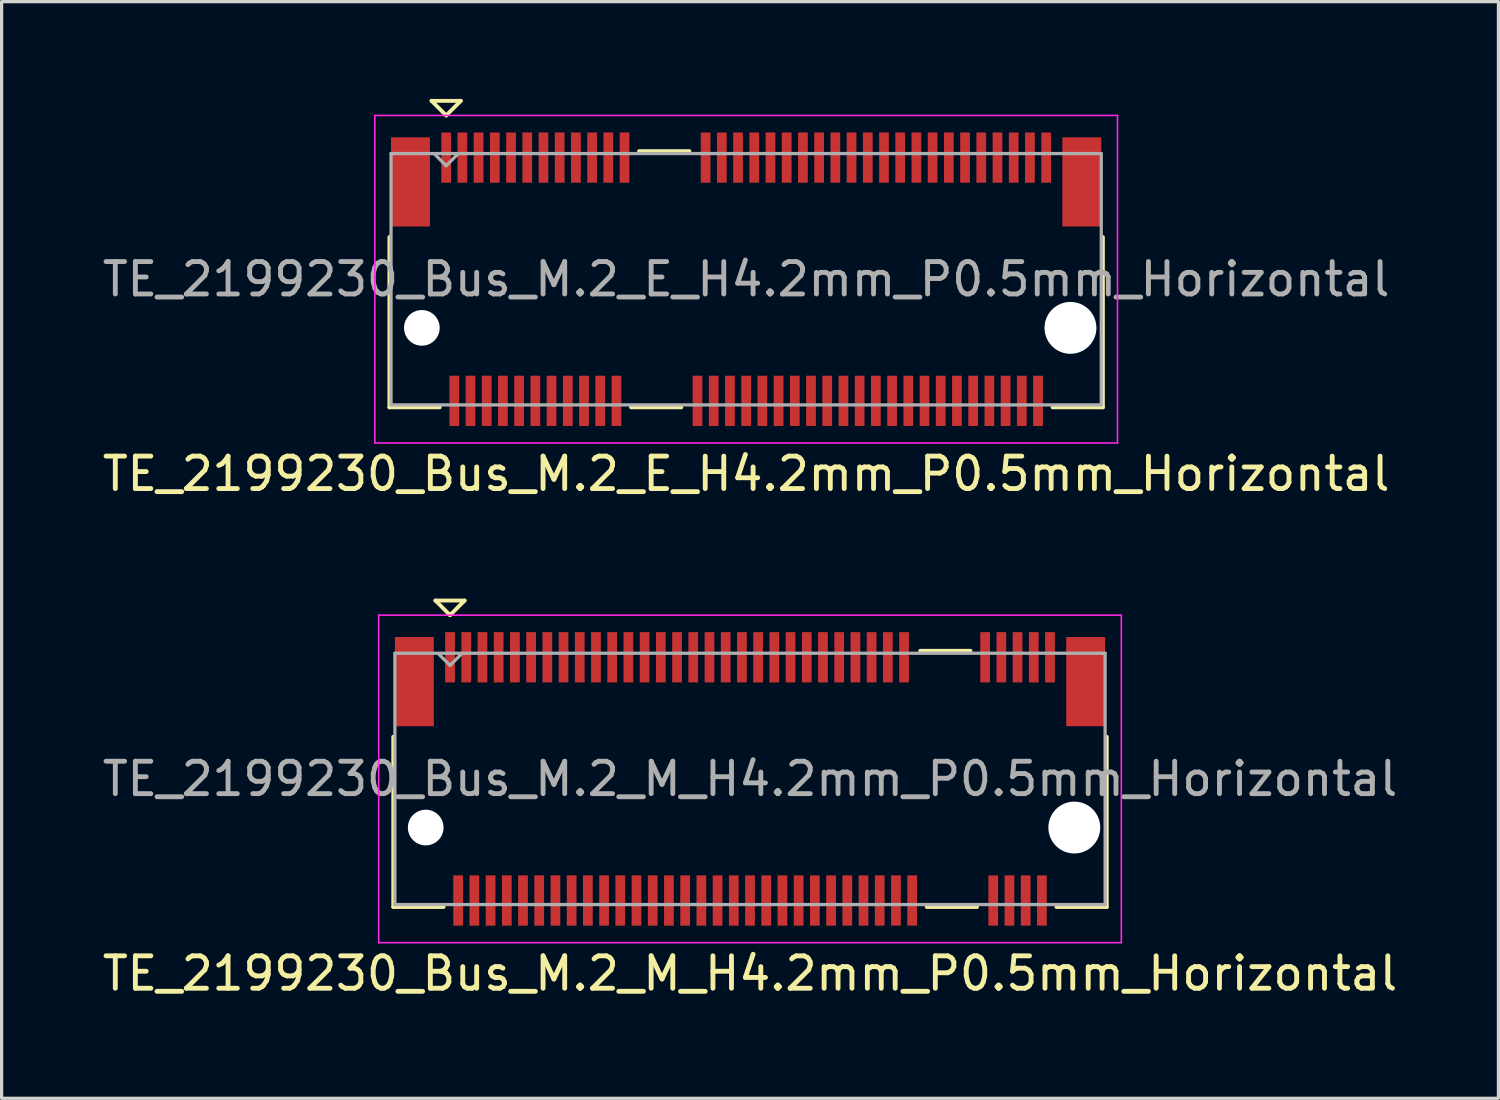
<source format=kicad_pcb>
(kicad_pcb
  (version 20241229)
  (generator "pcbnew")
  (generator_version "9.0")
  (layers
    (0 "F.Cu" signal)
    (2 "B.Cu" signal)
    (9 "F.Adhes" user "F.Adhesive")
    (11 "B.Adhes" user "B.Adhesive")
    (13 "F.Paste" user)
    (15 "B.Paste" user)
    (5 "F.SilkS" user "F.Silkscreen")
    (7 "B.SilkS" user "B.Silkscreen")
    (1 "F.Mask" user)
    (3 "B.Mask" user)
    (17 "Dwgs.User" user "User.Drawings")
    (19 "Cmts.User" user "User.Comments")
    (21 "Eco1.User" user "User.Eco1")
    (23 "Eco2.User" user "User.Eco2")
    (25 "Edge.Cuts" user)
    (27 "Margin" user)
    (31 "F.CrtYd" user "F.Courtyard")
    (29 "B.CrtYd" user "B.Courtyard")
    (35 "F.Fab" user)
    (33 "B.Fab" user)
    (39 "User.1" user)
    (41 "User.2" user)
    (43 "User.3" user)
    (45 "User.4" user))
  (footprint "TE_2199230_Bus_M.2_M_H4.2mm_P0.5mm_Horizontal"
    (layer "F.Cu")
    (at 20.077 20.968)
    (property "Reference" "TE_2199230_Bus_M.2_M_H4.2mm_P0.5mm_Horizontal" (at 0 6 0) (layer "F.SilkS") (effects (font (size 1 1) (thickness 0.15))))
    (attr smd)
    (fp_line (start -11 3.95) (end -11 -1.3) (stroke (width 0.12) (type solid)) (layer "F.SilkS"))
    (fp_line (start -9.7 -5.5) (end -8.8 -5.5) (stroke (width 0.12) (type solid)) (layer "F.SilkS"))
    (fp_line (start -9.45 3.95) (end -11 3.95) (stroke (width 0.12) (type solid)) (layer "F.SilkS"))
    (fp_line (start -9.25 -5.05) (end -9.7 -5.5) (stroke (width 0.12) (type solid)) (layer "F.SilkS"))
    (fp_line (start -8.8 -5.5) (end -9.25 -5.05) (stroke (width 0.12) (type solid)) (layer "F.SilkS"))
    (fp_line (start 6.8 -3.95) (end 5.25 -3.95) (stroke (width 0.12) (type solid)) (layer "F.SilkS"))
    (fp_line (start 7 3.95) (end 5.45 3.95) (stroke (width 0.12) (type solid)) (layer "F.SilkS"))
    (fp_line (start 11 -1.3) (end 11 3.95) (stroke (width 0.12) (type solid)) (layer "F.SilkS"))
    (fp_line (start 11 3.95) (end 9.45 3.95) (stroke (width 0.12) (type solid)) (layer "F.SilkS"))
    (fp_line (start -11.45 -5.05) (end 11.45 -5.05) (stroke (width 0.05) (type solid)) (layer "F.CrtYd"))
    (fp_line (start -11.45 5.05) (end -11.45 -5.05) (stroke (width 0.05) (type solid)) (layer "F.CrtYd"))
    (fp_line (start -11.45 5.05) (end 11.45 5.05) (stroke (width 0.05) (type solid)) (layer "F.CrtYd"))
    (fp_line (start 11.45 -5.05) (end 11.45 5.05) (stroke (width 0.05) (type solid)) (layer "F.CrtYd"))
    (fp_line (start -10.95 -3.875) (end -10.95 3.875) (stroke (width 0.1) (type solid)) (layer "F.Fab"))
    (fp_line (start -10.95 3.875) (end 10.95 3.875) (stroke (width 0.1) (type solid)) (layer "F.Fab"))
    (fp_line (start -9.25 -3.5) (end -9.61 -3.86) (stroke (width 0.1) (type solid)) (layer "F.Fab"))
    (fp_line (start -9.25 -3.5) (end -8.89 -3.86) (stroke (width 0.1) (type solid)) (layer "F.Fab"))
    (fp_line (start 10.95 -3.875) (end -10.95 -3.875) (stroke (width 0.1) (type solid)) (layer "F.Fab"))
    (fp_line (start 10.95 -3.875) (end 10.95 3.875) (stroke (width 0.1) (type solid)) (layer "F.Fab"))
    (fp_text user "${REFERENCE}" (at 0 0 0) (layer "F.Fab") (effects (font (size 1 1) (thickness 0.15))))
    (pad "" np_thru_hole circle (at -10 1.5) (size 1.1 1.1) (drill 1.1) (layers "*.Cu" "*.Mask"))
    (pad "" np_thru_hole circle (at 10 1.5) (size 1.6 1.6) (drill 1.6) (layers "*.Cu" "*.Mask"))
    (pad "1" smd rect (at -9.25 -3.75) (size 0.3 1.55) (layers "F.Cu" "F.Mask" "F.Paste"))
    (pad "2" smd rect (at -9 3.75) (size 0.3 1.55) (layers "F.Cu" "F.Mask" "F.Paste"))
    (pad "3" smd rect (at -8.75 -3.75) (size 0.3 1.55) (layers "F.Cu" "F.Mask" "F.Paste"))
    (pad "4" smd rect (at -8.5 3.75) (size 0.3 1.55) (layers "F.Cu" "F.Mask" "F.Paste"))
    (pad "5" smd rect (at -8.25 -3.75) (size 0.3 1.55) (layers "F.Cu" "F.Mask" "F.Paste"))
    (pad "6" smd rect (at -8 3.75) (size 0.3 1.55) (layers "F.Cu" "F.Mask" "F.Paste"))
    (pad "7" smd rect (at -7.75 -3.75) (size 0.3 1.55) (layers "F.Cu" "F.Mask" "F.Paste"))
    (pad "8" smd rect (at -7.5 3.75) (size 0.3 1.55) (layers "F.Cu" "F.Mask" "F.Paste"))
    (pad "9" smd rect (at -7.25 -3.75) (size 0.3 1.55) (layers "F.Cu" "F.Mask" "F.Paste"))
    (pad "10" smd rect (at -7 3.75) (size 0.3 1.55) (layers "F.Cu" "F.Mask" "F.Paste"))
    (pad "11" smd rect (at -6.75 -3.75) (size 0.3 1.55) (layers "F.Cu" "F.Mask" "F.Paste"))
    (pad "12" smd rect (at -6.5 3.75) (size 0.3 1.55) (layers "F.Cu" "F.Mask" "F.Paste"))
    (pad "13" smd rect (at -6.25 -3.75) (size 0.3 1.55) (layers "F.Cu" "F.Mask" "F.Paste"))
    (pad "14" smd rect (at -6 3.75) (size 0.3 1.55) (layers "F.Cu" "F.Mask" "F.Paste"))
    (pad "15" smd rect (at -5.75 -3.75) (size 0.3 1.55) (layers "F.Cu" "F.Mask" "F.Paste"))
    (pad "16" smd rect (at -5.5 3.75) (size 0.3 1.55) (layers "F.Cu" "F.Mask" "F.Paste"))
    (pad "17" smd rect (at -5.25 -3.75) (size 0.3 1.55) (layers "F.Cu" "F.Mask" "F.Paste"))
    (pad "18" smd rect (at -5 3.75) (size 0.3 1.55) (layers "F.Cu" "F.Mask" "F.Paste"))
    (pad "19" smd rect (at -4.75 -3.75) (size 0.3 1.55) (layers "F.Cu" "F.Mask" "F.Paste"))
    (pad "20" smd rect (at -4.5 3.75) (size 0.3 1.55) (layers "F.Cu" "F.Mask" "F.Paste"))
    (pad "21" smd rect (at -4.25 -3.75) (size 0.3 1.55) (layers "F.Cu" "F.Mask" "F.Paste"))
    (pad "22" smd rect (at -4 3.75) (size 0.3 1.55) (layers "F.Cu" "F.Mask" "F.Paste"))
    (pad "23" smd rect (at -3.75 -3.75) (size 0.3 1.55) (layers "F.Cu" "F.Mask" "F.Paste"))
    (pad "24" smd rect (at -3.5 3.75) (size 0.3 1.55) (layers "F.Cu" "F.Mask" "F.Paste"))
    (pad "25" smd rect (at -3.25 -3.75) (size 0.3 1.55) (layers "F.Cu" "F.Mask" "F.Paste"))
    (pad "26" smd rect (at -3 3.75) (size 0.3 1.55) (layers "F.Cu" "F.Mask" "F.Paste"))
    (pad "27" smd rect (at -2.75 -3.75) (size 0.3 1.55) (layers "F.Cu" "F.Mask" "F.Paste"))
    (pad "28" smd rect (at -2.5 3.75) (size 0.3 1.55) (layers "F.Cu" "F.Mask" "F.Paste"))
    (pad "29" smd rect (at -2.25 -3.75) (size 0.3 1.55) (layers "F.Cu" "F.Mask" "F.Paste"))
    (pad "30" smd rect (at -2 3.75) (size 0.3 1.55) (layers "F.Cu" "F.Mask" "F.Paste"))
    (pad "31" smd rect (at -1.75 -3.75) (size 0.3 1.55) (layers "F.Cu" "F.Mask" "F.Paste"))
    (pad "32" smd rect (at -1.5 3.75) (size 0.3 1.55) (layers "F.Cu" "F.Mask" "F.Paste"))
    (pad "33" smd rect (at -1.25 -3.75) (size 0.3 1.55) (layers "F.Cu" "F.Mask" "F.Paste"))
    (pad "34" smd rect (at -1 3.75) (size 0.3 1.55) (layers "F.Cu" "F.Mask" "F.Paste"))
    (pad "35" smd rect (at -0.75 -3.75) (size 0.3 1.55) (layers "F.Cu" "F.Mask" "F.Paste"))
    (pad "36" smd rect (at -0.5 3.75) (size 0.3 1.55) (layers "F.Cu" "F.Mask" "F.Paste"))
    (pad "37" smd rect (at -0.25 -3.75) (size 0.3 1.55) (layers "F.Cu" "F.Mask" "F.Paste"))
    (pad "38" smd rect (at 0 3.75) (size 0.3 1.55) (layers "F.Cu" "F.Mask" "F.Paste"))
    (pad "39" smd rect (at 0.25 -3.75) (size 0.3 1.55) (layers "F.Cu" "F.Mask" "F.Paste"))
    (pad "40" smd rect (at 0.5 3.75) (size 0.3 1.55) (layers "F.Cu" "F.Mask" "F.Paste"))
    (pad "41" smd rect (at 0.75 -3.75) (size 0.3 1.55) (layers "F.Cu" "F.Mask" "F.Paste"))
    (pad "42" smd rect (at 1 3.75) (size 0.3 1.55) (layers "F.Cu" "F.Mask" "F.Paste"))
    (pad "43" smd rect (at 1.25 -3.75) (size 0.3 1.55) (layers "F.Cu" "F.Mask" "F.Paste"))
    (pad "44" smd rect (at 1.5 3.75) (size 0.3 1.55) (layers "F.Cu" "F.Mask" "F.Paste"))
    (pad "45" smd rect (at 1.75 -3.75) (size 0.3 1.55) (layers "F.Cu" "F.Mask" "F.Paste"))
    (pad "46" smd rect (at 2 3.75) (size 0.3 1.55) (layers "F.Cu" "F.Mask" "F.Paste"))
    (pad "47" smd rect (at 2.25 -3.75) (size 0.3 1.55) (layers "F.Cu" "F.Mask" "F.Paste"))
    (pad "48" smd rect (at 2.5 3.75) (size 0.3 1.55) (layers "F.Cu" "F.Mask" "F.Paste"))
    (pad "49" smd rect (at 2.75 -3.75) (size 0.3 1.55) (layers "F.Cu" "F.Mask" "F.Paste"))
    (pad "50" smd rect (at 3 3.75) (size 0.3 1.55) (layers "F.Cu" "F.Mask" "F.Paste"))
    (pad "51" smd rect (at 3.25 -3.75) (size 0.3 1.55) (layers "F.Cu" "F.Mask" "F.Paste"))
    (pad "52" smd rect (at 3.5 3.75) (size 0.3 1.55) (layers "F.Cu" "F.Mask" "F.Paste"))
    (pad "53" smd rect (at 3.75 -3.75) (size 0.3 1.55) (layers "F.Cu" "F.Mask" "F.Paste"))
    (pad "54" smd rect (at 4 3.75) (size 0.3 1.55) (layers "F.Cu" "F.Mask" "F.Paste"))
    (pad "55" smd rect (at 4.25 -3.75) (size 0.3 1.55) (layers "F.Cu" "F.Mask" "F.Paste"))
    (pad "56" smd rect (at 4.5 3.75) (size 0.3 1.55) (layers "F.Cu" "F.Mask" "F.Paste"))
    (pad "57" smd rect (at 4.75 -3.75) (size 0.3 1.55) (layers "F.Cu" "F.Mask" "F.Paste"))
    (pad "58" smd rect (at 5 3.75) (size 0.3 1.55) (layers "F.Cu" "F.Mask" "F.Paste"))
    (pad "67" smd rect (at 7.25 -3.75) (size 0.3 1.55) (layers "F.Cu" "F.Mask" "F.Paste"))
    (pad "68" smd rect (at 7.5 3.75) (size 0.3 1.55) (layers "F.Cu" "F.Mask" "F.Paste"))
    (pad "69" smd rect (at 7.75 -3.75) (size 0.3 1.55) (layers "F.Cu" "F.Mask" "F.Paste"))
    (pad "70" smd rect (at 8 3.75) (size 0.3 1.55) (layers "F.Cu" "F.Mask" "F.Paste"))
    (pad "71" smd rect (at 8.25 -3.75) (size 0.3 1.55) (layers "F.Cu" "F.Mask" "F.Paste"))
    (pad "72" smd rect (at 8.5 3.75) (size 0.3 1.55) (layers "F.Cu" "F.Mask" "F.Paste"))
    (pad "73" smd rect (at 8.75 -3.75) (size 0.3 1.55) (layers "F.Cu" "F.Mask" "F.Paste"))
    (pad "74" smd rect (at 9 3.75) (size 0.3 1.55) (layers "F.Cu" "F.Mask" "F.Paste"))
    (pad "75" smd rect (at 9.25 -3.75) (size 0.3 1.55) (layers "F.Cu" "F.Mask" "F.Paste"))
    (pad "MP" smd rect (at -10.35 -3) (size 1.2 2.75) (layers "F.Cu" "F.Mask" "F.Paste"))
    (pad "MP" smd rect (at 10.35 -3) (size 1.2 2.75) (layers "F.Cu" "F.Mask" "F.Paste")))
  (footprint "TE_2199230_Bus_M.2_E_H4.2mm_P0.5mm_Horizontal"
    (layer "F.Cu")
    (at 19.958 5.56)
    (property "Reference" "TE_2199230_Bus_M.2_E_H4.2mm_P0.5mm_Horizontal" (at 0 6 0) (layer "F.SilkS") (effects (font (size 1 1) (thickness 0.15))))
    (attr smd)
    (fp_line (start -11 3.95) (end -11 -1.3) (stroke (width 0.12) (type solid)) (layer "F.SilkS"))
    (fp_line (start -9.7 -5.5) (end -8.8 -5.5) (stroke (width 0.12) (type solid)) (layer "F.SilkS"))
    (fp_line (start -9.45 3.95) (end -11 3.95) (stroke (width 0.12) (type solid)) (layer "F.SilkS"))
    (fp_line (start -9.25 -5.05) (end -9.7 -5.5) (stroke (width 0.12) (type solid)) (layer "F.SilkS"))
    (fp_line (start -8.8 -5.5) (end -9.25 -5.05) (stroke (width 0.12) (type solid)) (layer "F.SilkS"))
    (fp_line (start -2 3.95) (end -3.55 3.95) (stroke (width 0.12) (type solid)) (layer "F.SilkS"))
    (fp_line (start -1.75 -3.95) (end -3.3 -3.95) (stroke (width 0.12) (type solid)) (layer "F.SilkS"))
    (fp_line (start 11 -1.3) (end 11 3.95) (stroke (width 0.12) (type solid)) (layer "F.SilkS"))
    (fp_line (start 11 3.95) (end 9.45 3.95) (stroke (width 0.12) (type solid)) (layer "F.SilkS"))
    (fp_line (start -11.45 -5.05) (end 11.45 -5.05) (stroke (width 0.05) (type solid)) (layer "F.CrtYd"))
    (fp_line (start -11.45 5.05) (end -11.45 -5.05) (stroke (width 0.05) (type solid)) (layer "F.CrtYd"))
    (fp_line (start -11.45 5.05) (end 11.45 5.05) (stroke (width 0.05) (type solid)) (layer "F.CrtYd"))
    (fp_line (start 11.45 -5.05) (end 11.45 5.05) (stroke (width 0.05) (type solid)) (layer "F.CrtYd"))
    (fp_line (start -10.95 -3.875) (end -10.95 3.875) (stroke (width 0.1) (type solid)) (layer "F.Fab"))
    (fp_line (start -10.95 3.875) (end 10.95 3.875) (stroke (width 0.1) (type solid)) (layer "F.Fab"))
    (fp_line (start -9.25 -3.5) (end -9.61 -3.86) (stroke (width 0.1) (type solid)) (layer "F.Fab"))
    (fp_line (start -9.25 -3.5) (end -8.89 -3.86) (stroke (width 0.1) (type solid)) (layer "F.Fab"))
    (fp_line (start 10.95 -3.875) (end -10.95 -3.875) (stroke (width 0.1) (type solid)) (layer "F.Fab"))
    (fp_line (start 10.95 -3.875) (end 10.95 3.875) (stroke (width 0.1) (type solid)) (layer "F.Fab"))
    (fp_text user "${REFERENCE}" (at 0 0 0) (layer "F.Fab") (effects (font (size 1 1) (thickness 0.15))))
    (pad "" np_thru_hole circle (at -10 1.5) (size 1.1 1.1) (drill 1.1) (layers "*.Cu" "*.Mask"))
    (pad "" np_thru_hole circle (at 10 1.5) (size 1.6 1.6) (drill 1.6) (layers "*.Cu" "*.Mask"))
    (pad "1" smd rect (at -9.25 -3.75) (size 0.3 1.55) (layers "F.Cu" "F.Mask" "F.Paste"))
    (pad "2" smd rect (at -9 3.75) (size 0.3 1.55) (layers "F.Cu" "F.Mask" "F.Paste"))
    (pad "3" smd rect (at -8.75 -3.75) (size 0.3 1.55) (layers "F.Cu" "F.Mask" "F.Paste"))
    (pad "4" smd rect (at -8.5 3.75) (size 0.3 1.55) (layers "F.Cu" "F.Mask" "F.Paste"))
    (pad "5" smd rect (at -8.25 -3.75) (size 0.3 1.55) (layers "F.Cu" "F.Mask" "F.Paste"))
    (pad "6" smd rect (at -8 3.75) (size 0.3 1.55) (layers "F.Cu" "F.Mask" "F.Paste"))
    (pad "7" smd rect (at -7.75 -3.75) (size 0.3 1.55) (layers "F.Cu" "F.Mask" "F.Paste"))
    (pad "8" smd rect (at -7.5 3.75) (size 0.3 1.55) (layers "F.Cu" "F.Mask" "F.Paste"))
    (pad "9" smd rect (at -7.25 -3.75) (size 0.3 1.55) (layers "F.Cu" "F.Mask" "F.Paste"))
    (pad "10" smd rect (at -7 3.75) (size 0.3 1.55) (layers "F.Cu" "F.Mask" "F.Paste"))
    (pad "11" smd rect (at -6.75 -3.75) (size 0.3 1.55) (layers "F.Cu" "F.Mask" "F.Paste"))
    (pad "12" smd rect (at -6.5 3.75) (size 0.3 1.55) (layers "F.Cu" "F.Mask" "F.Paste"))
    (pad "13" smd rect (at -6.25 -3.75) (size 0.3 1.55) (layers "F.Cu" "F.Mask" "F.Paste"))
    (pad "14" smd rect (at -6 3.75) (size 0.3 1.55) (layers "F.Cu" "F.Mask" "F.Paste"))
    (pad "15" smd rect (at -5.75 -3.75) (size 0.3 1.55) (layers "F.Cu" "F.Mask" "F.Paste"))
    (pad "16" smd rect (at -5.5 3.75) (size 0.3 1.55) (layers "F.Cu" "F.Mask" "F.Paste"))
    (pad "17" smd rect (at -5.25 -3.75) (size 0.3 1.55) (layers "F.Cu" "F.Mask" "F.Paste"))
    (pad "18" smd rect (at -5 3.75) (size 0.3 1.55) (layers "F.Cu" "F.Mask" "F.Paste"))
    (pad "19" smd rect (at -4.75 -3.75) (size 0.3 1.55) (layers "F.Cu" "F.Mask" "F.Paste"))
    (pad "20" smd rect (at -4.5 3.75) (size 0.3 1.55) (layers "F.Cu" "F.Mask" "F.Paste"))
    (pad "21" smd rect (at -4.25 -3.75) (size 0.3 1.55) (layers "F.Cu" "F.Mask" "F.Paste"))
    (pad "22" smd rect (at -4 3.75) (size 0.3 1.55) (layers "F.Cu" "F.Mask" "F.Paste"))
    (pad "23" smd rect (at -3.75 -3.75) (size 0.3 1.55) (layers "F.Cu" "F.Mask" "F.Paste"))
    (pad "32" smd rect (at -1.5 3.75) (size 0.3 1.55) (layers "F.Cu" "F.Mask" "F.Paste"))
    (pad "33" smd rect (at -1.25 -3.75) (size 0.3 1.55) (layers "F.Cu" "F.Mask" "F.Paste"))
    (pad "34" smd rect (at -1 3.75) (size 0.3 1.55) (layers "F.Cu" "F.Mask" "F.Paste"))
    (pad "35" smd rect (at -0.75 -3.75) (size 0.3 1.55) (layers "F.Cu" "F.Mask" "F.Paste"))
    (pad "36" smd rect (at -0.5 3.75) (size 0.3 1.55) (layers "F.Cu" "F.Mask" "F.Paste"))
    (pad "37" smd rect (at -0.25 -3.75) (size 0.3 1.55) (layers "F.Cu" "F.Mask" "F.Paste"))
    (pad "38" smd rect (at 0 3.75) (size 0.3 1.55) (layers "F.Cu" "F.Mask" "F.Paste"))
    (pad "39" smd rect (at 0.25 -3.75) (size 0.3 1.55) (layers "F.Cu" "F.Mask" "F.Paste"))
    (pad "40" smd rect (at 0.5 3.75) (size 0.3 1.55) (layers "F.Cu" "F.Mask" "F.Paste"))
    (pad "41" smd rect (at 0.75 -3.75) (size 0.3 1.55) (layers "F.Cu" "F.Mask" "F.Paste"))
    (pad "42" smd rect (at 1 3.75) (size 0.3 1.55) (layers "F.Cu" "F.Mask" "F.Paste"))
    (pad "43" smd rect (at 1.25 -3.75) (size 0.3 1.55) (layers "F.Cu" "F.Mask" "F.Paste"))
    (pad "44" smd rect (at 1.5 3.75) (size 0.3 1.55) (layers "F.Cu" "F.Mask" "F.Paste"))
    (pad "45" smd rect (at 1.75 -3.75) (size 0.3 1.55) (layers "F.Cu" "F.Mask" "F.Paste"))
    (pad "46" smd rect (at 2 3.75) (size 0.3 1.55) (layers "F.Cu" "F.Mask" "F.Paste"))
    (pad "47" smd rect (at 2.25 -3.75) (size 0.3 1.55) (layers "F.Cu" "F.Mask" "F.Paste"))
    (pad "48" smd rect (at 2.5 3.75) (size 0.3 1.55) (layers "F.Cu" "F.Mask" "F.Paste"))
    (pad "49" smd rect (at 2.75 -3.75) (size 0.3 1.55) (layers "F.Cu" "F.Mask" "F.Paste"))
    (pad "50" smd rect (at 3 3.75) (size 0.3 1.55) (layers "F.Cu" "F.Mask" "F.Paste"))
    (pad "51" smd rect (at 3.25 -3.75) (size 0.3 1.55) (layers "F.Cu" "F.Mask" "F.Paste"))
    (pad "52" smd rect (at 3.5 3.75) (size 0.3 1.55) (layers "F.Cu" "F.Mask" "F.Paste"))
    (pad "53" smd rect (at 3.75 -3.75) (size 0.3 1.55) (layers "F.Cu" "F.Mask" "F.Paste"))
    (pad "54" smd rect (at 4 3.75) (size 0.3 1.55) (layers "F.Cu" "F.Mask" "F.Paste"))
    (pad "55" smd rect (at 4.25 -3.75) (size 0.3 1.55) (layers "F.Cu" "F.Mask" "F.Paste"))
    (pad "56" smd rect (at 4.5 3.75) (size 0.3 1.55) (layers "F.Cu" "F.Mask" "F.Paste"))
    (pad "57" smd rect (at 4.75 -3.75) (size 0.3 1.55) (layers "F.Cu" "F.Mask" "F.Paste"))
    (pad "58" smd rect (at 5 3.75) (size 0.3 1.55) (layers "F.Cu" "F.Mask" "F.Paste"))
    (pad "59" smd rect (at 5.25 -3.75) (size 0.3 1.55) (layers "F.Cu" "F.Mask" "F.Paste"))
    (pad "60" smd rect (at 5.5 3.75) (size 0.3 1.55) (layers "F.Cu" "F.Mask" "F.Paste"))
    (pad "61" smd rect (at 5.75 -3.75) (size 0.3 1.55) (layers "F.Cu" "F.Mask" "F.Paste"))
    (pad "62" smd rect (at 6 3.75) (size 0.3 1.55) (layers "F.Cu" "F.Mask" "F.Paste"))
    (pad "63" smd rect (at 6.25 -3.75) (size 0.3 1.55) (layers "F.Cu" "F.Mask" "F.Paste"))
    (pad "64" smd rect (at 6.5 3.75) (size 0.3 1.55) (layers "F.Cu" "F.Mask" "F.Paste"))
    (pad "65" smd rect (at 6.75 -3.75) (size 0.3 1.55) (layers "F.Cu" "F.Mask" "F.Paste"))
    (pad "66" smd rect (at 7 3.75) (size 0.3 1.55) (layers "F.Cu" "F.Mask" "F.Paste"))
    (pad "67" smd rect (at 7.25 -3.75) (size 0.3 1.55) (layers "F.Cu" "F.Mask" "F.Paste"))
    (pad "68" smd rect (at 7.5 3.75) (size 0.3 1.55) (layers "F.Cu" "F.Mask" "F.Paste"))
    (pad "69" smd rect (at 7.75 -3.75) (size 0.3 1.55) (layers "F.Cu" "F.Mask" "F.Paste"))
    (pad "70" smd rect (at 8 3.75) (size 0.3 1.55) (layers "F.Cu" "F.Mask" "F.Paste"))
    (pad "71" smd rect (at 8.25 -3.75) (size 0.3 1.55) (layers "F.Cu" "F.Mask" "F.Paste"))
    (pad "72" smd rect (at 8.5 3.75) (size 0.3 1.55) (layers "F.Cu" "F.Mask" "F.Paste"))
    (pad "73" smd rect (at 8.75 -3.75) (size 0.3 1.55) (layers "F.Cu" "F.Mask" "F.Paste"))
    (pad "74" smd rect (at 9 3.75) (size 0.3 1.55) (layers "F.Cu" "F.Mask" "F.Paste"))
    (pad "75" smd rect (at 9.25 -3.75) (size 0.3 1.55) (layers "F.Cu" "F.Mask" "F.Paste"))
    (pad "MP" smd rect (at -10.35 -3) (size 1.2 2.75) (layers "F.Cu" "F.Mask" "F.Paste"))
    (pad "MP" smd rect (at 10.35 -3) (size 1.2 2.75) (layers "F.Cu" "F.Mask" "F.Paste")))
  (gr_rect
    (start -3 -3)
    (end 43.155 30.817)
    (stroke (width 0.1) (type default))
    (fill no)
    (layer "Edge.Cuts")))
</source>
